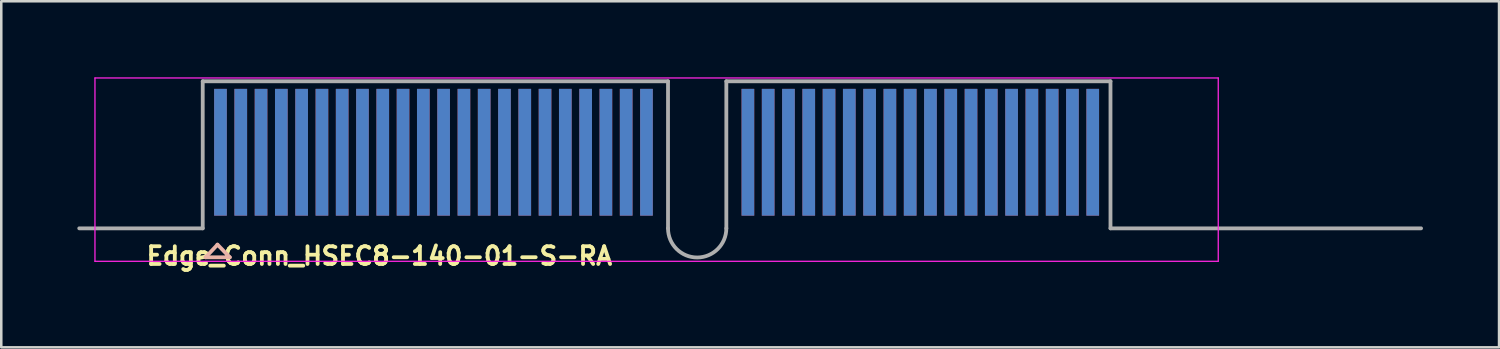
<source format=kicad_pcb>
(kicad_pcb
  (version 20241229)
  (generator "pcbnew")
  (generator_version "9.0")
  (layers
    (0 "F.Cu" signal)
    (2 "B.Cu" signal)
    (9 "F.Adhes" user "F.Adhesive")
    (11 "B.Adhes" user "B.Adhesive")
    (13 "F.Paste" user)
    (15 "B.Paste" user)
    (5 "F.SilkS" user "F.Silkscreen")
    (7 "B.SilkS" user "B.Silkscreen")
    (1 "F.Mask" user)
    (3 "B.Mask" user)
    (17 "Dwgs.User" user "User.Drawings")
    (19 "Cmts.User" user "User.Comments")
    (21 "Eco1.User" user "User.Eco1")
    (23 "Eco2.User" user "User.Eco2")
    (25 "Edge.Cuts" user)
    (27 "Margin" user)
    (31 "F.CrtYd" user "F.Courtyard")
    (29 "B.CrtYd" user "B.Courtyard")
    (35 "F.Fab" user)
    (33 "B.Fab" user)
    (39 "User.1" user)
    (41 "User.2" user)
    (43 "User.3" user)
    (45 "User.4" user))
  (footprint "Edge_Conn_HSEC8-140-01-S-RA"
    (layer "F.Cu")
    (at 22.445 2.955)
    (property "Reference" "Edge_Conn_HSEC8-140-01-S-RA" (at -19.8 4.499 0) (layer "F.SilkS") (effects (font (size 0.7 0.7) (thickness 0.15)) (justify left bottom)))
    (attr smd exclude_from_pos_files exclude_from_bom)
    (fp_line (start -17.387 4.142) (end -16.92 3.647) (stroke (width 0.15) (type solid)) (layer "B.SilkS"))
    (fp_line (start -16.92 3.64) (end -16.432 4.142) (stroke (width 0.15) (type solid)) (layer "B.SilkS"))
    (fp_line (start -16.432 4.142) (end -17.387 4.142) (stroke (width 0.15) (type solid)) (layer "B.SilkS"))
    (fp_line (start -21.75 -2.93) (end 22.55 -2.93) (stroke (width 0.05) (type solid)) (layer "F.CrtYd"))
    (fp_line (start -21.75 4.3) (end -21.75 -2.93) (stroke (width 0.05) (type solid)) (layer "F.CrtYd"))
    (fp_line (start 22.55 -2.93) (end 22.55 4.3) (stroke (width 0.05) (type solid)) (layer "F.CrtYd"))
    (fp_line (start 22.55 4.3) (end -21.75 4.3) (stroke (width 0.05) (type solid)) (layer "F.CrtYd"))
    (fp_line (start -17.5 -2.8) (end -17.5 3) (stroke (width 0.15) (type solid)) (layer "F.Fab"))
    (fp_line (start -17.5 -2.8) (end 0.85 -2.8) (stroke (width 0.15) (type solid)) (layer "F.Fab"))
    (fp_line (start -17.5 3) (end -22.37 3) (stroke (width 0.15) (type solid)) (layer "F.Fab"))
    (fp_line (start 0.85 -2.8) (end 0.85 3) (stroke (width 0.15) (type solid)) (layer "F.Fab"))
    (fp_line (start 3.15 -2.8) (end 3.15 3) (stroke (width 0.15) (type solid)) (layer "F.Fab"))
    (fp_line (start 18.3 -2.8) (end 3.15 -2.8) (stroke (width 0.15) (type solid)) (layer "F.Fab"))
    (fp_line (start 18.3 -2.8) (end 18.3 3) (stroke (width 0.15) (type solid)) (layer "F.Fab"))
    (fp_line (start 18.3 3) (end 30.549 3) (stroke (width 0.15) (type solid)) (layer "F.Fab"))
    (fp_arc (start 3.15 3) (mid 2 4.15) (end 0.85 3) (stroke (width 0.15) (type solid)) (layer "F.Fab"))
    (pad "1" smd rect (at -16.8 0) (size 0.5 5) (layers "B.Cu" "B.Mask"))
    (pad "2" smd rect (at -16.8 0) (size 0.5 5) (layers "F.Cu" "F.Mask"))
    (pad "3" smd rect (at -16 0) (size 0.5 5) (layers "B.Cu" "B.Mask"))
    (pad "4" smd rect (at -16 0) (size 0.5 5) (layers "F.Cu" "F.Mask"))
    (pad "5" smd rect (at -15.2 0) (size 0.5 5) (layers "B.Cu" "B.Mask"))
    (pad "6" smd rect (at -15.2 0) (size 0.5 5) (layers "F.Cu" "F.Mask"))
    (pad "7" smd rect (at -14.4 0) (size 0.5 5) (layers "B.Cu" "B.Mask"))
    (pad "8" smd rect (at -14.4 0) (size 0.5 5) (layers "F.Cu" "F.Mask"))
    (pad "9" smd rect (at -13.6 0) (size 0.5 5) (layers "B.Cu" "B.Mask"))
    (pad "10" smd rect (at -13.6 0) (size 0.5 5) (layers "F.Cu" "F.Mask"))
    (pad "11" smd rect (at -12.799 0) (size 0.5 5) (layers "B.Cu" "B.Mask"))
    (pad "12" smd rect (at -12.799 0) (size 0.5 5) (layers "F.Cu" "F.Mask"))
    (pad "13" smd rect (at -12 0) (size 0.5 5) (layers "B.Cu" "B.Mask"))
    (pad "14" smd rect (at -12 0) (size 0.5 5) (layers "F.Cu" "F.Mask"))
    (pad "15" smd rect (at -11.2 0) (size 0.5 5) (layers "B.Cu" "B.Mask"))
    (pad "16" smd rect (at -11.2 0) (size 0.5 5) (layers "F.Cu" "F.Mask"))
    (pad "17" smd rect (at -10.4 0) (size 0.5 5) (layers "B.Cu" "B.Mask"))
    (pad "18" smd rect (at -10.4 0) (size 0.5 5) (layers "F.Cu" "F.Mask"))
    (pad "19" smd rect (at -9.6 0) (size 0.5 5) (layers "B.Cu" "B.Mask"))
    (pad "20" smd rect (at -9.6 0) (size 0.5 5) (layers "F.Cu" "F.Mask"))
    (pad "21" smd rect (at -8.8 0) (size 0.5 5) (layers "B.Cu" "B.Mask"))
    (pad "22" smd rect (at -8.8 0) (size 0.5 5) (layers "F.Cu" "F.Mask"))
    (pad "23" smd rect (at -8 0) (size 0.5 5) (layers "B.Cu" "B.Mask"))
    (pad "24" smd rect (at -8 0) (size 0.5 5) (layers "F.Cu" "F.Mask"))
    (pad "25" smd rect (at -7.199 0) (size 0.5 5) (layers "B.Cu" "B.Mask"))
    (pad "26" smd rect (at -7.199 0) (size 0.5 5) (layers "F.Cu" "F.Mask"))
    (pad "27" smd rect (at -6.4 0) (size 0.5 5) (layers "B.Cu" "B.Mask"))
    (pad "28" smd rect (at -6.4 0) (size 0.5 5) (layers "F.Cu" "F.Mask"))
    (pad "29" smd rect (at -5.6 0) (size 0.5 5) (layers "B.Cu" "B.Mask"))
    (pad "30" smd rect (at -5.6 0) (size 0.5 5) (layers "F.Cu" "F.Mask"))
    (pad "31" smd rect (at -4.8 0) (size 0.5 5) (layers "B.Cu" "B.Mask"))
    (pad "32" smd rect (at -4.8 0) (size 0.5 5) (layers "F.Cu" "F.Mask"))
    (pad "33" smd rect (at -4 0) (size 0.5 5) (layers "B.Cu" "B.Mask"))
    (pad "34" smd rect (at -4 0) (size 0.5 5) (layers "F.Cu" "F.Mask"))
    (pad "35" smd rect (at -3.2 0) (size 0.5 5) (layers "B.Cu" "B.Mask"))
    (pad "36" smd rect (at -3.2 0) (size 0.5 5) (layers "F.Cu" "F.Mask"))
    (pad "37" smd rect (at -2.399 0) (size 0.5 5) (layers "B.Cu" "B.Mask"))
    (pad "38" smd rect (at -2.399 0) (size 0.5 5) (layers "F.Cu" "F.Mask"))
    (pad "39" smd rect (at -1.6 0) (size 0.5 5) (layers "B.Cu" "B.Mask"))
    (pad "40" smd rect (at -1.6 0) (size 0.5 5) (layers "F.Cu" "F.Mask"))
    (pad "41" smd rect (at -0.8 0) (size 0.5 5) (layers "B.Cu" "B.Mask"))
    (pad "42" smd rect (at -0.8 0) (size 0.5 5) (layers "F.Cu" "F.Mask"))
    (pad "43" smd rect (at 0 0) (size 0.5 5) (layers "B.Cu" "B.Mask"))
    (pad "44" smd rect (at 0 0) (size 0.5 5) (layers "F.Cu" "F.Mask"))
    (pad "45" smd rect (at 4 0) (size 0.5 5) (layers "B.Cu" "B.Mask"))
    (pad "46" smd rect (at 4 0) (size 0.5 5) (layers "F.Cu" "F.Mask"))
    (pad "47" smd rect (at 4.8 0) (size 0.5 5) (layers "B.Cu" "B.Mask"))
    (pad "48" smd rect (at 4.8 0) (size 0.5 5) (layers "F.Cu" "F.Mask"))
    (pad "49" smd rect (at 5.6 0) (size 0.5 5) (layers "B.Cu" "B.Mask"))
    (pad "50" smd rect (at 5.6 0) (size 0.5 5) (layers "F.Cu" "F.Mask"))
    (pad "51" smd rect (at 6.4 0) (size 0.5 5) (layers "B.Cu" "B.Mask"))
    (pad "52" smd rect (at 6.4 0) (size 0.5 5) (layers "F.Cu" "F.Mask"))
    (pad "53" smd rect (at 7.2 0) (size 0.5 5) (layers "B.Cu" "B.Mask"))
    (pad "54" smd rect (at 7.2 0) (size 0.5 5) (layers "F.Cu" "F.Mask"))
    (pad "55" smd rect (at 7.999 0) (size 0.5 5) (layers "B.Cu" "B.Mask"))
    (pad "56" smd rect (at 7.999 0) (size 0.5 5) (layers "F.Cu" "F.Mask"))
    (pad "57" smd rect (at 8.8 0) (size 0.5 5) (layers "B.Cu" "B.Mask"))
    (pad "58" smd rect (at 8.8 0) (size 0.5 5) (layers "F.Cu" "F.Mask"))
    (pad "59" smd rect (at 9.6 0) (size 0.5 5) (layers "B.Cu" "B.Mask"))
    (pad "60" smd rect (at 9.6 0) (size 0.5 5) (layers "F.Cu" "F.Mask"))
    (pad "61" smd rect (at 10.4 0) (size 0.5 5) (layers "B.Cu" "B.Mask"))
    (pad "62" smd rect (at 10.4 0) (size 0.5 5) (layers "F.Cu" "F.Mask"))
    (pad "63" smd rect (at 11.2 0) (size 0.5 5) (layers "B.Cu" "B.Mask"))
    (pad "64" smd rect (at 11.2 0) (size 0.5 5) (layers "F.Cu" "F.Mask"))
    (pad "65" smd rect (at 12 0) (size 0.5 5) (layers "B.Cu" "B.Mask"))
    (pad "66" smd rect (at 12 0) (size 0.5 5) (layers "F.Cu" "F.Mask"))
    (pad "67" smd rect (at 12.8 0) (size 0.5 5) (layers "B.Cu" "B.Mask"))
    (pad "68" smd rect (at 12.8 0) (size 0.5 5) (layers "F.Cu" "F.Mask"))
    (pad "69" smd rect (at 13.599 0) (size 0.5 5) (layers "B.Cu" "B.Mask"))
    (pad "70" smd rect (at 13.599 0) (size 0.5 5) (layers "F.Cu" "F.Mask"))
    (pad "71" smd rect (at 14.4 0) (size 0.5 5) (layers "B.Cu" "B.Mask"))
    (pad "72" smd rect (at 14.4 0) (size 0.5 5) (layers "F.Cu" "F.Mask"))
    (pad "73" smd rect (at 15.2 0) (size 0.5 5) (layers "B.Cu" "B.Mask"))
    (pad "74" smd rect (at 15.2 0) (size 0.5 5) (layers "F.Cu" "F.Mask"))
    (pad "75" smd rect (at 16 0) (size 0.5 5) (layers "B.Cu" "B.Mask"))
    (pad "76" smd rect (at 16 0) (size 0.5 5) (layers "F.Cu" "F.Mask"))
    (pad "77" smd rect (at 16.8 0) (size 0.5 5) (layers "B.Cu" "B.Mask"))
    (pad "78" smd rect (at 16.8 0) (size 0.5 5) (layers "F.Cu" "F.Mask"))
    (pad "79" smd rect (at 17.6 0) (size 0.5 5) (layers "B.Cu" "B.Mask"))
    (pad "80" smd rect (at 17.6 0) (size 0.5 5) (layers "F.Cu" "F.Mask")))
  (gr_rect
    (start -3 -3)
    (end 56.069 10.649)
    (stroke (width 0.1) (type default))
    (fill no)
    (layer "Edge.Cuts")))
</source>
